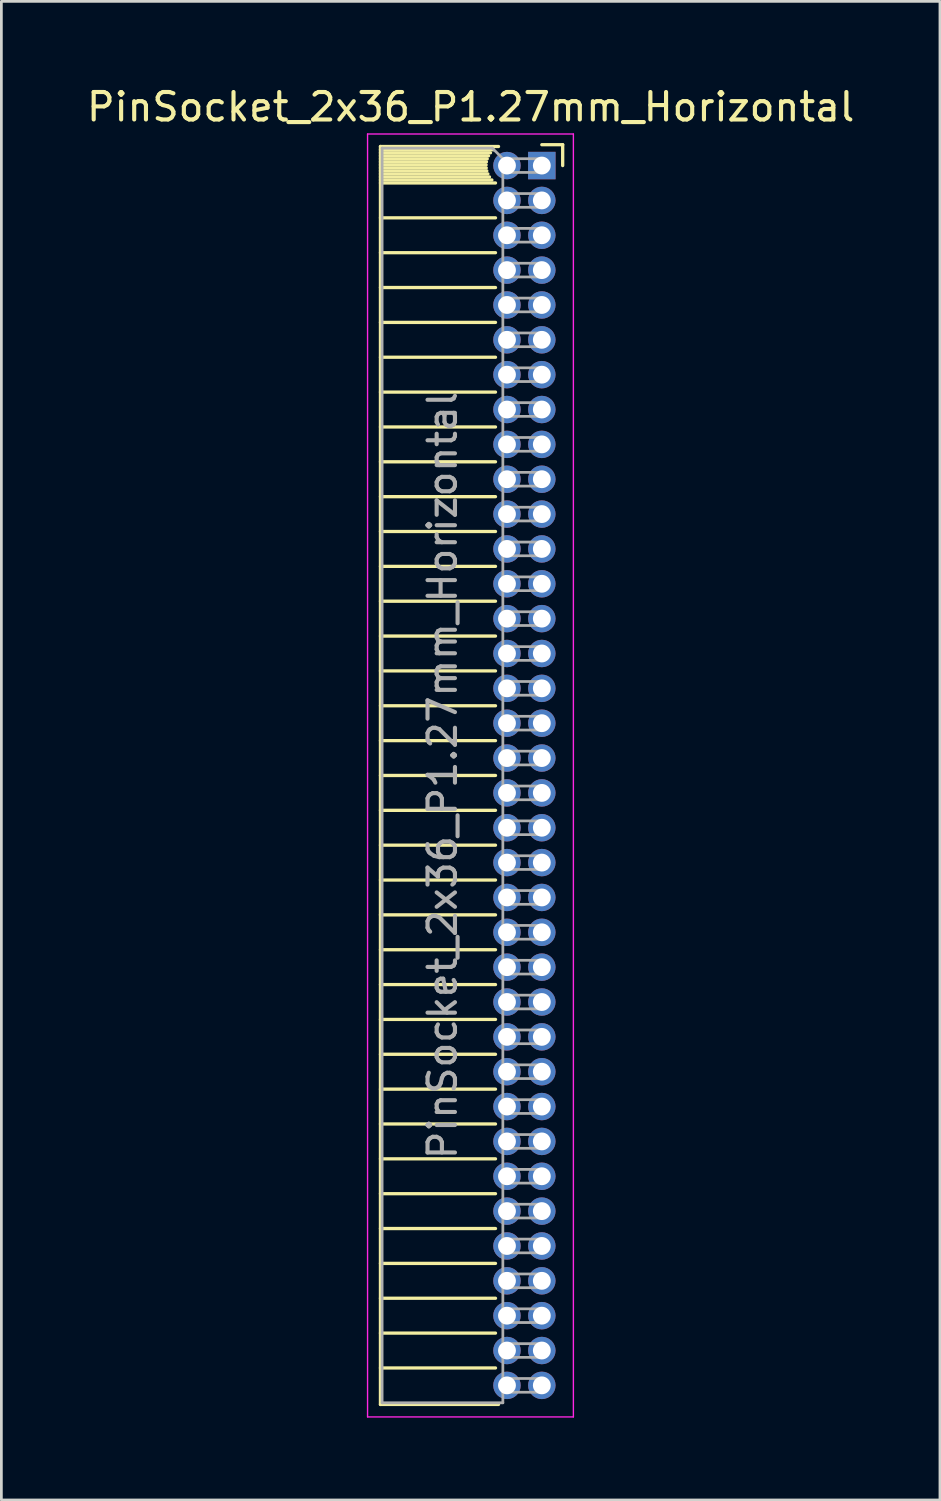
<source format=kicad_pcb>
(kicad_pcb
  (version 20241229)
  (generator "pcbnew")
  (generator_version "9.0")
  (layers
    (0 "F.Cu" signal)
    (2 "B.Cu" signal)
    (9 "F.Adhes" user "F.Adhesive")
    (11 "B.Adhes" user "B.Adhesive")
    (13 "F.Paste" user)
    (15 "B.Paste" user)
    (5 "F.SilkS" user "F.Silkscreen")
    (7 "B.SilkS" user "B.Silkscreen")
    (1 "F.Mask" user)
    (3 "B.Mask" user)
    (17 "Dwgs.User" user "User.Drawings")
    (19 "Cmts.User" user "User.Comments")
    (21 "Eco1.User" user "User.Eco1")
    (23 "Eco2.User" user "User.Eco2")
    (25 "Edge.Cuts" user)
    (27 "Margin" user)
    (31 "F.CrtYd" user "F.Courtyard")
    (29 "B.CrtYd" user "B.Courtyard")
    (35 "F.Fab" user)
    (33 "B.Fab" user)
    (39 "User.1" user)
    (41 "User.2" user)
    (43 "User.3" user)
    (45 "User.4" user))
  (footprint "PinSocket_2x36_P1.27mm_Horizontal"
    (layer "F.Cu")
    (at 16.694 2.983)
    (property "Reference" "PinSocket_2x36_P1.27mm_Horizontal" (at -2.592 -2.135 0) (layer "F.SilkS") (effects (font (size 1 1) (thickness 0.15))))
    (attr through_hole)
    (fp_line (start -5.88 -0.695) (end -5.88 45.145) (stroke (width 0.12) (type solid)) (layer "F.SilkS"))
    (fp_line (start -5.88 -0.695) (end -1.578 -0.695) (stroke (width 0.12) (type solid)) (layer "F.SilkS"))
    (fp_line (start -5.88 -0.575) (end -1.767 -0.575) (stroke (width 0.12) (type solid)) (layer "F.SilkS"))
    (fp_line (start -5.88 -0.465) (end -1.871 -0.465) (stroke (width 0.12) (type solid)) (layer "F.SilkS"))
    (fp_line (start -5.88 -0.355) (end -1.942 -0.355) (stroke (width 0.12) (type solid)) (layer "F.SilkS"))
    (fp_line (start -5.88 -0.245) (end -1.989 -0.245) (stroke (width 0.12) (type solid)) (layer "F.SilkS"))
    (fp_line (start -5.88 -0.135) (end -2.018 -0.135) (stroke (width 0.12) (type solid)) (layer "F.SilkS"))
    (fp_line (start -5.88 -0.025) (end -2.03 -0.025) (stroke (width 0.12) (type solid)) (layer "F.SilkS"))
    (fp_line (start -5.88 0.085) (end -2.025 0.085) (stroke (width 0.12) (type solid)) (layer "F.SilkS"))
    (fp_line (start -5.88 0.195) (end -2.005 0.195) (stroke (width 0.12) (type solid)) (layer "F.SilkS"))
    (fp_line (start -5.88 0.305) (end -1.966 0.305) (stroke (width 0.12) (type solid)) (layer "F.SilkS"))
    (fp_line (start -5.88 0.415) (end -1.907 0.415) (stroke (width 0.12) (type solid)) (layer "F.SilkS"))
    (fp_line (start -5.88 0.525) (end -1.82 0.525) (stroke (width 0.12) (type solid)) (layer "F.SilkS"))
    (fp_line (start -5.88 0.635) (end -1.688 0.635) (stroke (width 0.12) (type solid)) (layer "F.SilkS"))
    (fp_line (start -5.88 1.905) (end -1.688 1.905) (stroke (width 0.12) (type solid)) (layer "F.SilkS"))
    (fp_line (start -5.88 3.175) (end -1.688 3.175) (stroke (width 0.12) (type solid)) (layer "F.SilkS"))
    (fp_line (start -5.88 4.445) (end -1.688 4.445) (stroke (width 0.12) (type solid)) (layer "F.SilkS"))
    (fp_line (start -5.88 5.715) (end -1.688 5.715) (stroke (width 0.12) (type solid)) (layer "F.SilkS"))
    (fp_line (start -5.88 6.985) (end -1.688 6.985) (stroke (width 0.12) (type solid)) (layer "F.SilkS"))
    (fp_line (start -5.88 8.255) (end -1.688 8.255) (stroke (width 0.12) (type solid)) (layer "F.SilkS"))
    (fp_line (start -5.88 9.525) (end -1.688 9.525) (stroke (width 0.12) (type solid)) (layer "F.SilkS"))
    (fp_line (start -5.88 10.795) (end -1.688 10.795) (stroke (width 0.12) (type solid)) (layer "F.SilkS"))
    (fp_line (start -5.88 12.065) (end -1.688 12.065) (stroke (width 0.12) (type solid)) (layer "F.SilkS"))
    (fp_line (start -5.88 13.335) (end -1.688 13.335) (stroke (width 0.12) (type solid)) (layer "F.SilkS"))
    (fp_line (start -5.88 14.605) (end -1.688 14.605) (stroke (width 0.12) (type solid)) (layer "F.SilkS"))
    (fp_line (start -5.88 15.875) (end -1.688 15.875) (stroke (width 0.12) (type solid)) (layer "F.SilkS"))
    (fp_line (start -5.88 17.145) (end -1.688 17.145) (stroke (width 0.12) (type solid)) (layer "F.SilkS"))
    (fp_line (start -5.88 18.415) (end -1.688 18.415) (stroke (width 0.12) (type solid)) (layer "F.SilkS"))
    (fp_line (start -5.88 19.685) (end -1.688 19.685) (stroke (width 0.12) (type solid)) (layer "F.SilkS"))
    (fp_line (start -5.88 20.955) (end -1.688 20.955) (stroke (width 0.12) (type solid)) (layer "F.SilkS"))
    (fp_line (start -5.88 22.225) (end -1.688 22.225) (stroke (width 0.12) (type solid)) (layer "F.SilkS"))
    (fp_line (start -5.88 23.495) (end -1.688 23.495) (stroke (width 0.12) (type solid)) (layer "F.SilkS"))
    (fp_line (start -5.88 24.765) (end -1.688 24.765) (stroke (width 0.12) (type solid)) (layer "F.SilkS"))
    (fp_line (start -5.88 26.035) (end -1.688 26.035) (stroke (width 0.12) (type solid)) (layer "F.SilkS"))
    (fp_line (start -5.88 27.305) (end -1.688 27.305) (stroke (width 0.12) (type solid)) (layer "F.SilkS"))
    (fp_line (start -5.88 28.575) (end -1.688 28.575) (stroke (width 0.12) (type solid)) (layer "F.SilkS"))
    (fp_line (start -5.88 29.845) (end -1.688 29.845) (stroke (width 0.12) (type solid)) (layer "F.SilkS"))
    (fp_line (start -5.88 31.115) (end -1.688 31.115) (stroke (width 0.12) (type solid)) (layer "F.SilkS"))
    (fp_line (start -5.88 32.385) (end -1.688 32.385) (stroke (width 0.12) (type solid)) (layer "F.SilkS"))
    (fp_line (start -5.88 33.655) (end -1.688 33.655) (stroke (width 0.12) (type solid)) (layer "F.SilkS"))
    (fp_line (start -5.88 34.925) (end -1.688 34.925) (stroke (width 0.12) (type solid)) (layer "F.SilkS"))
    (fp_line (start -5.88 36.195) (end -1.688 36.195) (stroke (width 0.12) (type solid)) (layer "F.SilkS"))
    (fp_line (start -5.88 37.465) (end -1.688 37.465) (stroke (width 0.12) (type solid)) (layer "F.SilkS"))
    (fp_line (start -5.88 38.735) (end -1.688 38.735) (stroke (width 0.12) (type solid)) (layer "F.SilkS"))
    (fp_line (start -5.88 40.005) (end -1.688 40.005) (stroke (width 0.12) (type solid)) (layer "F.SilkS"))
    (fp_line (start -5.88 41.275) (end -1.688 41.275) (stroke (width 0.12) (type solid)) (layer "F.SilkS"))
    (fp_line (start -5.88 42.545) (end -1.688 42.545) (stroke (width 0.12) (type solid)) (layer "F.SilkS"))
    (fp_line (start -5.88 43.815) (end -1.688 43.815) (stroke (width 0.12) (type solid)) (layer "F.SilkS"))
    (fp_line (start -5.88 45.145) (end -1.578 45.145) (stroke (width 0.12) (type solid)) (layer "F.SilkS"))
    (fp_line (start 0 -0.76) (end 0.76 -0.76) (stroke (width 0.12) (type solid)) (layer "F.SilkS"))
    (fp_line (start 0.76 -0.76) (end 0.76 0) (stroke (width 0.12) (type solid)) (layer "F.SilkS"))
    (fp_line (start -6.35 -1.15) (end -6.35 45.6) (stroke (width 0.05) (type solid)) (layer "F.CrtYd"))
    (fp_line (start -6.35 45.6) (end 1.15 45.6) (stroke (width 0.05) (type solid)) (layer "F.CrtYd"))
    (fp_line (start 1.15 -1.15) (end -6.35 -1.15) (stroke (width 0.05) (type solid)) (layer "F.CrtYd"))
    (fp_line (start 1.15 45.6) (end 1.15 -1.15) (stroke (width 0.05) (type solid)) (layer "F.CrtYd"))
    (fp_line (start -5.82 -0.635) (end -1.805 -0.635) (stroke (width 0.1) (type solid)) (layer "F.Fab"))
    (fp_line (start -5.82 45.085) (end -5.82 -0.635) (stroke (width 0.1) (type solid)) (layer "F.Fab"))
    (fp_line (start -1.805 -0.635) (end -1.42 -0.25) (stroke (width 0.1) (type solid)) (layer "F.Fab"))
    (fp_line (start -1.42 -0.25) (end -1.42 45.085) (stroke (width 0.1) (type solid)) (layer "F.Fab"))
    (fp_line (start -1.42 0.25) (end 0 0.25) (stroke (width 0.1) (type solid)) (layer "F.Fab"))
    (fp_line (start -1.42 1.52) (end 0 1.52) (stroke (width 0.1) (type solid)) (layer "F.Fab"))
    (fp_line (start -1.42 2.79) (end 0 2.79) (stroke (width 0.1) (type solid)) (layer "F.Fab"))
    (fp_line (start -1.42 4.06) (end 0 4.06) (stroke (width 0.1) (type solid)) (layer "F.Fab"))
    (fp_line (start -1.42 5.33) (end 0 5.33) (stroke (width 0.1) (type solid)) (layer "F.Fab"))
    (fp_line (start -1.42 6.6) (end 0 6.6) (stroke (width 0.1) (type solid)) (layer "F.Fab"))
    (fp_line (start -1.42 7.87) (end 0 7.87) (stroke (width 0.1) (type solid)) (layer "F.Fab"))
    (fp_line (start -1.42 9.14) (end 0 9.14) (stroke (width 0.1) (type solid)) (layer "F.Fab"))
    (fp_line (start -1.42 10.41) (end 0 10.41) (stroke (width 0.1) (type solid)) (layer "F.Fab"))
    (fp_line (start -1.42 11.68) (end 0 11.68) (stroke (width 0.1) (type solid)) (layer "F.Fab"))
    (fp_line (start -1.42 12.95) (end 0 12.95) (stroke (width 0.1) (type solid)) (layer "F.Fab"))
    (fp_line (start -1.42 14.22) (end 0 14.22) (stroke (width 0.1) (type solid)) (layer "F.Fab"))
    (fp_line (start -1.42 15.49) (end 0 15.49) (stroke (width 0.1) (type solid)) (layer "F.Fab"))
    (fp_line (start -1.42 16.76) (end 0 16.76) (stroke (width 0.1) (type solid)) (layer "F.Fab"))
    (fp_line (start -1.42 18.03) (end 0 18.03) (stroke (width 0.1) (type solid)) (layer "F.Fab"))
    (fp_line (start -1.42 19.3) (end 0 19.3) (stroke (width 0.1) (type solid)) (layer "F.Fab"))
    (fp_line (start -1.42 20.57) (end 0 20.57) (stroke (width 0.1) (type solid)) (layer "F.Fab"))
    (fp_line (start -1.42 21.84) (end 0 21.84) (stroke (width 0.1) (type solid)) (layer "F.Fab"))
    (fp_line (start -1.42 23.11) (end 0 23.11) (stroke (width 0.1) (type solid)) (layer "F.Fab"))
    (fp_line (start -1.42 24.38) (end 0 24.38) (stroke (width 0.1) (type solid)) (layer "F.Fab"))
    (fp_line (start -1.42 25.65) (end 0 25.65) (stroke (width 0.1) (type solid)) (layer "F.Fab"))
    (fp_line (start -1.42 26.92) (end 0 26.92) (stroke (width 0.1) (type solid)) (layer "F.Fab"))
    (fp_line (start -1.42 28.19) (end 0 28.19) (stroke (width 0.1) (type solid)) (layer "F.Fab"))
    (fp_line (start -1.42 29.46) (end 0 29.46) (stroke (width 0.1) (type solid)) (layer "F.Fab"))
    (fp_line (start -1.42 30.73) (end 0 30.73) (stroke (width 0.1) (type solid)) (layer "F.Fab"))
    (fp_line (start -1.42 32) (end 0 32) (stroke (width 0.1) (type solid)) (layer "F.Fab"))
    (fp_line (start -1.42 33.27) (end 0 33.27) (stroke (width 0.1) (type solid)) (layer "F.Fab"))
    (fp_line (start -1.42 34.54) (end 0 34.54) (stroke (width 0.1) (type solid)) (layer "F.Fab"))
    (fp_line (start -1.42 35.81) (end 0 35.81) (stroke (width 0.1) (type solid)) (layer "F.Fab"))
    (fp_line (start -1.42 37.08) (end 0 37.08) (stroke (width 0.1) (type solid)) (layer "F.Fab"))
    (fp_line (start -1.42 38.35) (end 0 38.35) (stroke (width 0.1) (type solid)) (layer "F.Fab"))
    (fp_line (start -1.42 39.62) (end 0 39.62) (stroke (width 0.1) (type solid)) (layer "F.Fab"))
    (fp_line (start -1.42 40.89) (end 0 40.89) (stroke (width 0.1) (type solid)) (layer "F.Fab"))
    (fp_line (start -1.42 42.16) (end 0 42.16) (stroke (width 0.1) (type solid)) (layer "F.Fab"))
    (fp_line (start -1.42 43.43) (end 0 43.43) (stroke (width 0.1) (type solid)) (layer "F.Fab"))
    (fp_line (start -1.42 44.7) (end 0 44.7) (stroke (width 0.1) (type solid)) (layer "F.Fab"))
    (fp_line (start -1.42 45.085) (end -5.82 45.085) (stroke (width 0.1) (type solid)) (layer "F.Fab"))
    (fp_line (start 0 -0.25) (end -1.42 -0.25) (stroke (width 0.1) (type solid)) (layer "F.Fab"))
    (fp_line (start 0 0.25) (end 0 -0.25) (stroke (width 0.1) (type solid)) (layer "F.Fab"))
    (fp_line (start 0 1.02) (end -1.42 1.02) (stroke (width 0.1) (type solid)) (layer "F.Fab"))
    (fp_line (start 0 1.52) (end 0 1.02) (stroke (width 0.1) (type solid)) (layer "F.Fab"))
    (fp_line (start 0 2.29) (end -1.42 2.29) (stroke (width 0.1) (type solid)) (layer "F.Fab"))
    (fp_line (start 0 2.79) (end 0 2.29) (stroke (width 0.1) (type solid)) (layer "F.Fab"))
    (fp_line (start 0 3.56) (end -1.42 3.56) (stroke (width 0.1) (type solid)) (layer "F.Fab"))
    (fp_line (start 0 4.06) (end 0 3.56) (stroke (width 0.1) (type solid)) (layer "F.Fab"))
    (fp_line (start 0 4.83) (end -1.42 4.83) (stroke (width 0.1) (type solid)) (layer "F.Fab"))
    (fp_line (start 0 5.33) (end 0 4.83) (stroke (width 0.1) (type solid)) (layer "F.Fab"))
    (fp_line (start 0 6.1) (end -1.42 6.1) (stroke (width 0.1) (type solid)) (layer "F.Fab"))
    (fp_line (start 0 6.6) (end 0 6.1) (stroke (width 0.1) (type solid)) (layer "F.Fab"))
    (fp_line (start 0 7.37) (end -1.42 7.37) (stroke (width 0.1) (type solid)) (layer "F.Fab"))
    (fp_line (start 0 7.87) (end 0 7.37) (stroke (width 0.1) (type solid)) (layer "F.Fab"))
    (fp_line (start 0 8.64) (end -1.42 8.64) (stroke (width 0.1) (type solid)) (layer "F.Fab"))
    (fp_line (start 0 9.14) (end 0 8.64) (stroke (width 0.1) (type solid)) (layer "F.Fab"))
    (fp_line (start 0 9.91) (end -1.42 9.91) (stroke (width 0.1) (type solid)) (layer "F.Fab"))
    (fp_line (start 0 10.41) (end 0 9.91) (stroke (width 0.1) (type solid)) (layer "F.Fab"))
    (fp_line (start 0 11.18) (end -1.42 11.18) (stroke (width 0.1) (type solid)) (layer "F.Fab"))
    (fp_line (start 0 11.68) (end 0 11.18) (stroke (width 0.1) (type solid)) (layer "F.Fab"))
    (fp_line (start 0 12.45) (end -1.42 12.45) (stroke (width 0.1) (type solid)) (layer "F.Fab"))
    (fp_line (start 0 12.95) (end 0 12.45) (stroke (width 0.1) (type solid)) (layer "F.Fab"))
    (fp_line (start 0 13.72) (end -1.42 13.72) (stroke (width 0.1) (type solid)) (layer "F.Fab"))
    (fp_line (start 0 14.22) (end 0 13.72) (stroke (width 0.1) (type solid)) (layer "F.Fab"))
    (fp_line (start 0 14.99) (end -1.42 14.99) (stroke (width 0.1) (type solid)) (layer "F.Fab"))
    (fp_line (start 0 15.49) (end 0 14.99) (stroke (width 0.1) (type solid)) (layer "F.Fab"))
    (fp_line (start 0 16.26) (end -1.42 16.26) (stroke (width 0.1) (type solid)) (layer "F.Fab"))
    (fp_line (start 0 16.76) (end 0 16.26) (stroke (width 0.1) (type solid)) (layer "F.Fab"))
    (fp_line (start 0 17.53) (end -1.42 17.53) (stroke (width 0.1) (type solid)) (layer "F.Fab"))
    (fp_line (start 0 18.03) (end 0 17.53) (stroke (width 0.1) (type solid)) (layer "F.Fab"))
    (fp_line (start 0 18.8) (end -1.42 18.8) (stroke (width 0.1) (type solid)) (layer "F.Fab"))
    (fp_line (start 0 19.3) (end 0 18.8) (stroke (width 0.1) (type solid)) (layer "F.Fab"))
    (fp_line (start 0 20.07) (end -1.42 20.07) (stroke (width 0.1) (type solid)) (layer "F.Fab"))
    (fp_line (start 0 20.57) (end 0 20.07) (stroke (width 0.1) (type solid)) (layer "F.Fab"))
    (fp_line (start 0 21.34) (end -1.42 21.34) (stroke (width 0.1) (type solid)) (layer "F.Fab"))
    (fp_line (start 0 21.84) (end 0 21.34) (stroke (width 0.1) (type solid)) (layer "F.Fab"))
    (fp_line (start 0 22.61) (end -1.42 22.61) (stroke (width 0.1) (type solid)) (layer "F.Fab"))
    (fp_line (start 0 23.11) (end 0 22.61) (stroke (width 0.1) (type solid)) (layer "F.Fab"))
    (fp_line (start 0 23.88) (end -1.42 23.88) (stroke (width 0.1) (type solid)) (layer "F.Fab"))
    (fp_line (start 0 24.38) (end 0 23.88) (stroke (width 0.1) (type solid)) (layer "F.Fab"))
    (fp_line (start 0 25.15) (end -1.42 25.15) (stroke (width 0.1) (type solid)) (layer "F.Fab"))
    (fp_line (start 0 25.65) (end 0 25.15) (stroke (width 0.1) (type solid)) (layer "F.Fab"))
    (fp_line (start 0 26.42) (end -1.42 26.42) (stroke (width 0.1) (type solid)) (layer "F.Fab"))
    (fp_line (start 0 26.92) (end 0 26.42) (stroke (width 0.1) (type solid)) (layer "F.Fab"))
    (fp_line (start 0 27.69) (end -1.42 27.69) (stroke (width 0.1) (type solid)) (layer "F.Fab"))
    (fp_line (start 0 28.19) (end 0 27.69) (stroke (width 0.1) (type solid)) (layer "F.Fab"))
    (fp_line (start 0 28.96) (end -1.42 28.96) (stroke (width 0.1) (type solid)) (layer "F.Fab"))
    (fp_line (start 0 29.46) (end 0 28.96) (stroke (width 0.1) (type solid)) (layer "F.Fab"))
    (fp_line (start 0 30.23) (end -1.42 30.23) (stroke (width 0.1) (type solid)) (layer "F.Fab"))
    (fp_line (start 0 30.73) (end 0 30.23) (stroke (width 0.1) (type solid)) (layer "F.Fab"))
    (fp_line (start 0 31.5) (end -1.42 31.5) (stroke (width 0.1) (type solid)) (layer "F.Fab"))
    (fp_line (start 0 32) (end 0 31.5) (stroke (width 0.1) (type solid)) (layer "F.Fab"))
    (fp_line (start 0 32.77) (end -1.42 32.77) (stroke (width 0.1) (type solid)) (layer "F.Fab"))
    (fp_line (start 0 33.27) (end 0 32.77) (stroke (width 0.1) (type solid)) (layer "F.Fab"))
    (fp_line (start 0 34.04) (end -1.42 34.04) (stroke (width 0.1) (type solid)) (layer "F.Fab"))
    (fp_line (start 0 34.54) (end 0 34.04) (stroke (width 0.1) (type solid)) (layer "F.Fab"))
    (fp_line (start 0 35.31) (end -1.42 35.31) (stroke (width 0.1) (type solid)) (layer "F.Fab"))
    (fp_line (start 0 35.81) (end 0 35.31) (stroke (width 0.1) (type solid)) (layer "F.Fab"))
    (fp_line (start 0 36.58) (end -1.42 36.58) (stroke (width 0.1) (type solid)) (layer "F.Fab"))
    (fp_line (start 0 37.08) (end 0 36.58) (stroke (width 0.1) (type solid)) (layer "F.Fab"))
    (fp_line (start 0 37.85) (end -1.42 37.85) (stroke (width 0.1) (type solid)) (layer "F.Fab"))
    (fp_line (start 0 38.35) (end 0 37.85) (stroke (width 0.1) (type solid)) (layer "F.Fab"))
    (fp_line (start 0 39.12) (end -1.42 39.12) (stroke (width 0.1) (type solid)) (layer "F.Fab"))
    (fp_line (start 0 39.62) (end 0 39.12) (stroke (width 0.1) (type solid)) (layer "F.Fab"))
    (fp_line (start 0 40.39) (end -1.42 40.39) (stroke (width 0.1) (type solid)) (layer "F.Fab"))
    (fp_line (start 0 40.89) (end 0 40.39) (stroke (width 0.1) (type solid)) (layer "F.Fab"))
    (fp_line (start 0 41.66) (end -1.42 41.66) (stroke (width 0.1) (type solid)) (layer "F.Fab"))
    (fp_line (start 0 42.16) (end 0 41.66) (stroke (width 0.1) (type solid)) (layer "F.Fab"))
    (fp_line (start 0 42.93) (end -1.42 42.93) (stroke (width 0.1) (type solid)) (layer "F.Fab"))
    (fp_line (start 0 43.43) (end 0 42.93) (stroke (width 0.1) (type solid)) (layer "F.Fab"))
    (fp_line (start 0 44.2) (end -1.42 44.2) (stroke (width 0.1) (type solid)) (layer "F.Fab"))
    (fp_line (start 0 44.7) (end 0 44.2) (stroke (width 0.1) (type solid)) (layer "F.Fab"))
    (fp_text user "${REFERENCE}" (at -3.62 22.225 90) (layer "F.Fab") (effects (font (size 1 1) (thickness 0.15))))
    (pad "1" thru_hole rect (at 0 0) (size 1 1) (drill 0.65) (layers "*.Cu" "*.Mask"))
    (pad "2" thru_hole oval (at -1.27 0) (size 1 1) (drill 0.65) (layers "*.Cu" "*.Mask"))
    (pad "3" thru_hole oval (at 0 1.27) (size 1 1) (drill 0.65) (layers "*.Cu" "*.Mask"))
    (pad "4" thru_hole oval (at -1.27 1.27) (size 1 1) (drill 0.65) (layers "*.Cu" "*.Mask"))
    (pad "5" thru_hole oval (at 0 2.54) (size 1 1) (drill 0.65) (layers "*.Cu" "*.Mask"))
    (pad "6" thru_hole oval (at -1.27 2.54) (size 1 1) (drill 0.65) (layers "*.Cu" "*.Mask"))
    (pad "7" thru_hole oval (at 0 3.81) (size 1 1) (drill 0.65) (layers "*.Cu" "*.Mask"))
    (pad "8" thru_hole oval (at -1.27 3.81) (size 1 1) (drill 0.65) (layers "*.Cu" "*.Mask"))
    (pad "9" thru_hole oval (at 0 5.08) (size 1 1) (drill 0.65) (layers "*.Cu" "*.Mask"))
    (pad "10" thru_hole oval (at -1.27 5.08) (size 1 1) (drill 0.65) (layers "*.Cu" "*.Mask"))
    (pad "11" thru_hole oval (at 0 6.35) (size 1 1) (drill 0.65) (layers "*.Cu" "*.Mask"))
    (pad "12" thru_hole oval (at -1.27 6.35) (size 1 1) (drill 0.65) (layers "*.Cu" "*.Mask"))
    (pad "13" thru_hole oval (at 0 7.62) (size 1 1) (drill 0.65) (layers "*.Cu" "*.Mask"))
    (pad "14" thru_hole oval (at -1.27 7.62) (size 1 1) (drill 0.65) (layers "*.Cu" "*.Mask"))
    (pad "15" thru_hole oval (at 0 8.89) (size 1 1) (drill 0.65) (layers "*.Cu" "*.Mask"))
    (pad "16" thru_hole oval (at -1.27 8.89) (size 1 1) (drill 0.65) (layers "*.Cu" "*.Mask"))
    (pad "17" thru_hole oval (at 0 10.16) (size 1 1) (drill 0.65) (layers "*.Cu" "*.Mask"))
    (pad "18" thru_hole oval (at -1.27 10.16) (size 1 1) (drill 0.65) (layers "*.Cu" "*.Mask"))
    (pad "19" thru_hole oval (at 0 11.43) (size 1 1) (drill 0.65) (layers "*.Cu" "*.Mask"))
    (pad "20" thru_hole oval (at -1.27 11.43) (size 1 1) (drill 0.65) (layers "*.Cu" "*.Mask"))
    (pad "21" thru_hole oval (at 0 12.7) (size 1 1) (drill 0.65) (layers "*.Cu" "*.Mask"))
    (pad "22" thru_hole oval (at -1.27 12.7) (size 1 1) (drill 0.65) (layers "*.Cu" "*.Mask"))
    (pad "23" thru_hole oval (at 0 13.97) (size 1 1) (drill 0.65) (layers "*.Cu" "*.Mask"))
    (pad "24" thru_hole oval (at -1.27 13.97) (size 1 1) (drill 0.65) (layers "*.Cu" "*.Mask"))
    (pad "25" thru_hole oval (at 0 15.24) (size 1 1) (drill 0.65) (layers "*.Cu" "*.Mask"))
    (pad "26" thru_hole oval (at -1.27 15.24) (size 1 1) (drill 0.65) (layers "*.Cu" "*.Mask"))
    (pad "27" thru_hole oval (at 0 16.51) (size 1 1) (drill 0.65) (layers "*.Cu" "*.Mask"))
    (pad "28" thru_hole oval (at -1.27 16.51) (size 1 1) (drill 0.65) (layers "*.Cu" "*.Mask"))
    (pad "29" thru_hole oval (at 0 17.78) (size 1 1) (drill 0.65) (layers "*.Cu" "*.Mask"))
    (pad "30" thru_hole oval (at -1.27 17.78) (size 1 1) (drill 0.65) (layers "*.Cu" "*.Mask"))
    (pad "31" thru_hole oval (at 0 19.05) (size 1 1) (drill 0.65) (layers "*.Cu" "*.Mask"))
    (pad "32" thru_hole oval (at -1.27 19.05) (size 1 1) (drill 0.65) (layers "*.Cu" "*.Mask"))
    (pad "33" thru_hole oval (at 0 20.32) (size 1 1) (drill 0.65) (layers "*.Cu" "*.Mask"))
    (pad "34" thru_hole oval (at -1.27 20.32) (size 1 1) (drill 0.65) (layers "*.Cu" "*.Mask"))
    (pad "35" thru_hole oval (at 0 21.59) (size 1 1) (drill 0.65) (layers "*.Cu" "*.Mask"))
    (pad "36" thru_hole oval (at -1.27 21.59) (size 1 1) (drill 0.65) (layers "*.Cu" "*.Mask"))
    (pad "37" thru_hole oval (at 0 22.86) (size 1 1) (drill 0.65) (layers "*.Cu" "*.Mask"))
    (pad "38" thru_hole oval (at -1.27 22.86) (size 1 1) (drill 0.65) (layers "*.Cu" "*.Mask"))
    (pad "39" thru_hole oval (at 0 24.13) (size 1 1) (drill 0.65) (layers "*.Cu" "*.Mask"))
    (pad "40" thru_hole oval (at -1.27 24.13) (size 1 1) (drill 0.65) (layers "*.Cu" "*.Mask"))
    (pad "41" thru_hole oval (at 0 25.4) (size 1 1) (drill 0.65) (layers "*.Cu" "*.Mask"))
    (pad "42" thru_hole oval (at -1.27 25.4) (size 1 1) (drill 0.65) (layers "*.Cu" "*.Mask"))
    (pad "43" thru_hole oval (at 0 26.67) (size 1 1) (drill 0.65) (layers "*.Cu" "*.Mask"))
    (pad "44" thru_hole oval (at -1.27 26.67) (size 1 1) (drill 0.65) (layers "*.Cu" "*.Mask"))
    (pad "45" thru_hole oval (at 0 27.94) (size 1 1) (drill 0.65) (layers "*.Cu" "*.Mask"))
    (pad "46" thru_hole oval (at -1.27 27.94) (size 1 1) (drill 0.65) (layers "*.Cu" "*.Mask"))
    (pad "47" thru_hole oval (at 0 29.21) (size 1 1) (drill 0.65) (layers "*.Cu" "*.Mask"))
    (pad "48" thru_hole oval (at -1.27 29.21) (size 1 1) (drill 0.65) (layers "*.Cu" "*.Mask"))
    (pad "49" thru_hole oval (at 0 30.48) (size 1 1) (drill 0.65) (layers "*.Cu" "*.Mask"))
    (pad "50" thru_hole oval (at -1.27 30.48) (size 1 1) (drill 0.65) (layers "*.Cu" "*.Mask"))
    (pad "51" thru_hole oval (at 0 31.75) (size 1 1) (drill 0.65) (layers "*.Cu" "*.Mask"))
    (pad "52" thru_hole oval (at -1.27 31.75) (size 1 1) (drill 0.65) (layers "*.Cu" "*.Mask"))
    (pad "53" thru_hole oval (at 0 33.02) (size 1 1) (drill 0.65) (layers "*.Cu" "*.Mask"))
    (pad "54" thru_hole oval (at -1.27 33.02) (size 1 1) (drill 0.65) (layers "*.Cu" "*.Mask"))
    (pad "55" thru_hole oval (at 0 34.29) (size 1 1) (drill 0.65) (layers "*.Cu" "*.Mask"))
    (pad "56" thru_hole oval (at -1.27 34.29) (size 1 1) (drill 0.65) (layers "*.Cu" "*.Mask"))
    (pad "57" thru_hole oval (at 0 35.56) (size 1 1) (drill 0.65) (layers "*.Cu" "*.Mask"))
    (pad "58" thru_hole oval (at -1.27 35.56) (size 1 1) (drill 0.65) (layers "*.Cu" "*.Mask"))
    (pad "59" thru_hole oval (at 0 36.83) (size 1 1) (drill 0.65) (layers "*.Cu" "*.Mask"))
    (pad "60" thru_hole oval (at -1.27 36.83) (size 1 1) (drill 0.65) (layers "*.Cu" "*.Mask"))
    (pad "61" thru_hole oval (at 0 38.1) (size 1 1) (drill 0.65) (layers "*.Cu" "*.Mask"))
    (pad "62" thru_hole oval (at -1.27 38.1) (size 1 1) (drill 0.65) (layers "*.Cu" "*.Mask"))
    (pad "63" thru_hole oval (at 0 39.37) (size 1 1) (drill 0.65) (layers "*.Cu" "*.Mask"))
    (pad "64" thru_hole oval (at -1.27 39.37) (size 1 1) (drill 0.65) (layers "*.Cu" "*.Mask"))
    (pad "65" thru_hole oval (at 0 40.64) (size 1 1) (drill 0.65) (layers "*.Cu" "*.Mask"))
    (pad "66" thru_hole oval (at -1.27 40.64) (size 1 1) (drill 0.65) (layers "*.Cu" "*.Mask"))
    (pad "67" thru_hole oval (at 0 41.91) (size 1 1) (drill 0.65) (layers "*.Cu" "*.Mask"))
    (pad "68" thru_hole oval (at -1.27 41.91) (size 1 1) (drill 0.65) (layers "*.Cu" "*.Mask"))
    (pad "69" thru_hole oval (at 0 43.18) (size 1 1) (drill 0.65) (layers "*.Cu" "*.Mask"))
    (pad "70" thru_hole oval (at -1.27 43.18) (size 1 1) (drill 0.65) (layers "*.Cu" "*.Mask"))
    (pad "71" thru_hole oval (at 0 44.45) (size 1 1) (drill 0.65) (layers "*.Cu" "*.Mask"))
    (pad "72" thru_hole oval (at -1.27 44.45) (size 1 1) (drill 0.65) (layers "*.Cu" "*.Mask")))
  (gr_rect
    (start -3 -3)
    (end 31.202 51.608)
    (stroke (width 0.1) (type default))
    (fill no)
    (layer "Edge.Cuts")))
</source>
